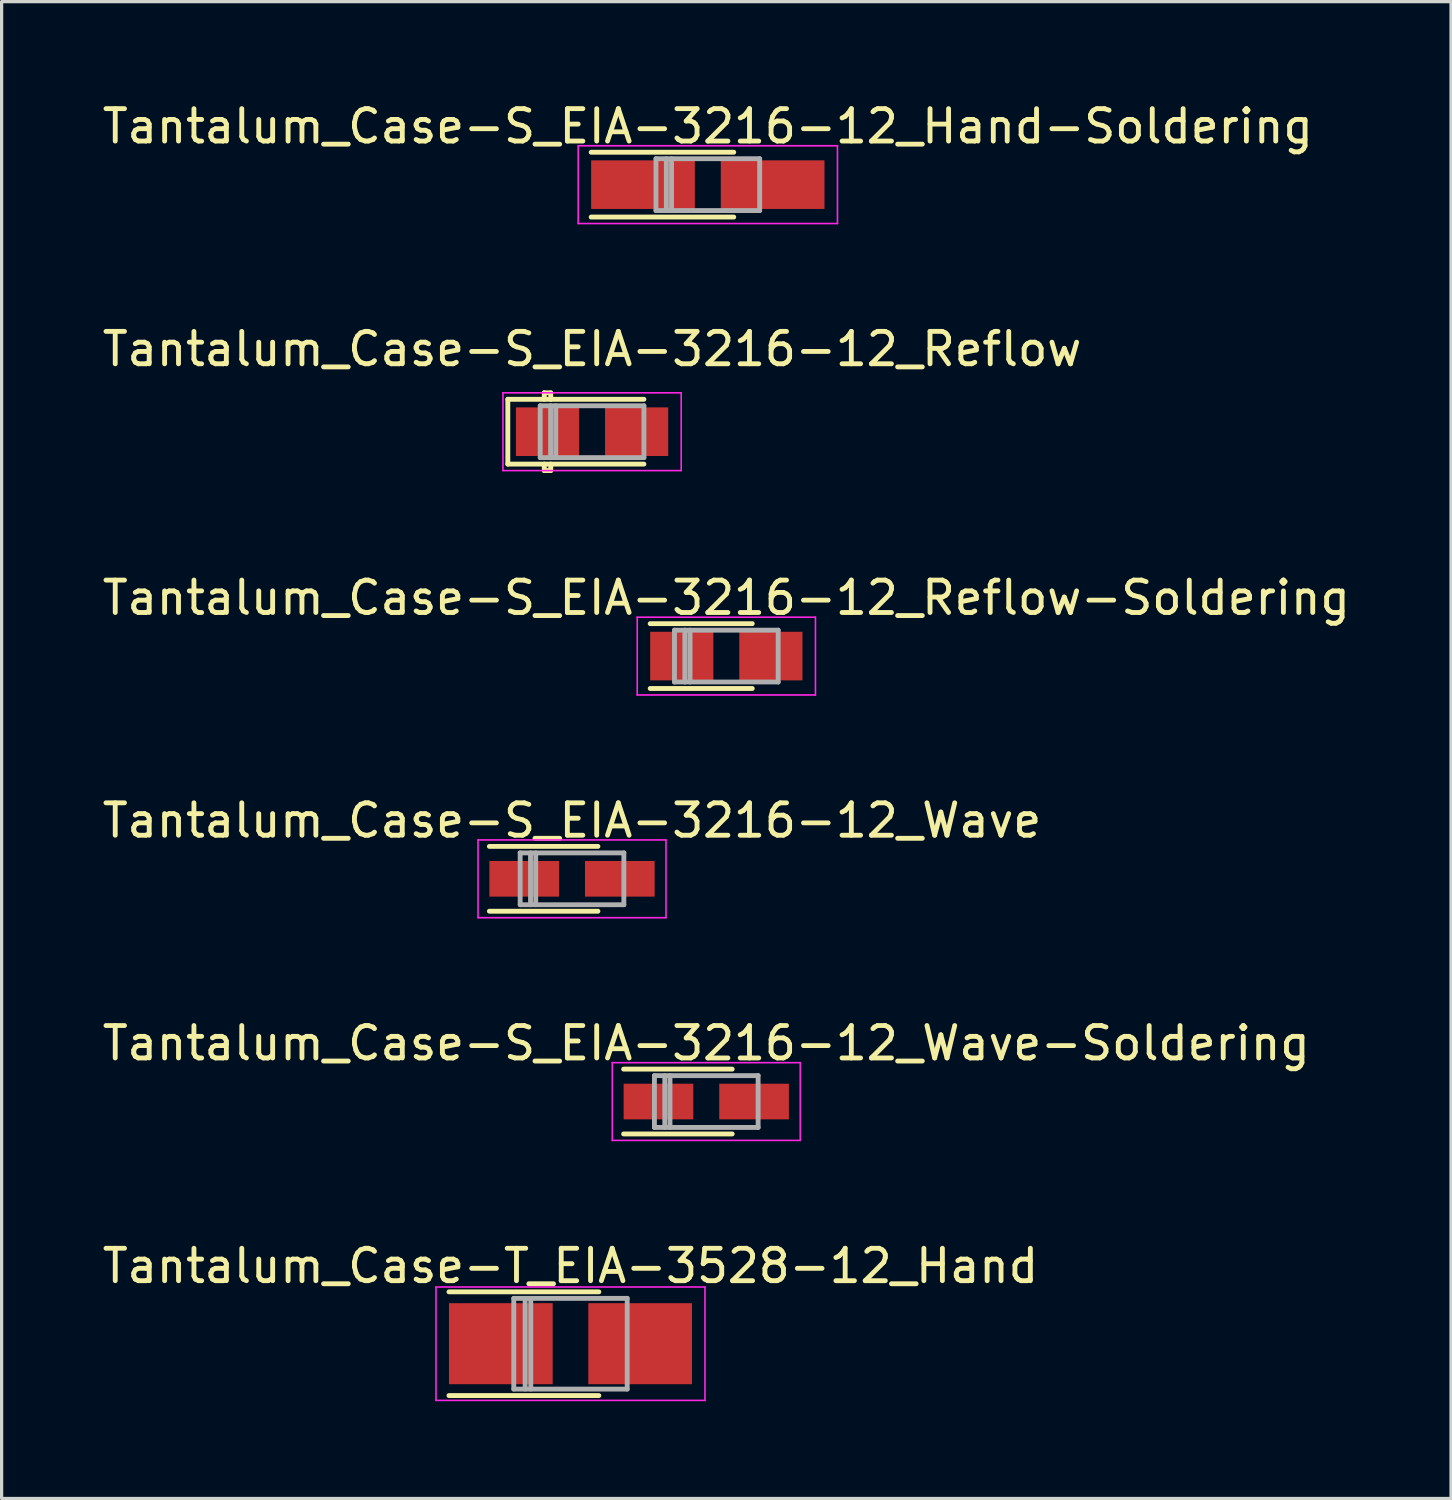
<source format=kicad_pcb>
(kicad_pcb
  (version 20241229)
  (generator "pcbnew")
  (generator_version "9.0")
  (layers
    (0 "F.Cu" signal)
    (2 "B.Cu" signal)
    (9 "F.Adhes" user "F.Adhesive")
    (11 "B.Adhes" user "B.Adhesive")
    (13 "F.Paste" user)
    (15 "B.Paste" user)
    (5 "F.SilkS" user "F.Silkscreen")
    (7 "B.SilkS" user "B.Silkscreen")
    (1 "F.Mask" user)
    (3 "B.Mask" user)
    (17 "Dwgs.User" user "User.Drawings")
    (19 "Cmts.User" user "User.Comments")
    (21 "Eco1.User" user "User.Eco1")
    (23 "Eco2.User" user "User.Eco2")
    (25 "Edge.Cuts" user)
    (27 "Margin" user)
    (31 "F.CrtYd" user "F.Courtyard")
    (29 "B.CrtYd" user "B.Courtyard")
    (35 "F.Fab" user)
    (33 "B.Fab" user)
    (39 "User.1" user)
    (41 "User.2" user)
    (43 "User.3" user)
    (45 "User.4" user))
  (footprint "Tantalum_Case-S_EIA-3216-12_Reflow"
    (layer "F.Cu")
    (at 15.22 10.271)
    (property "Reference" "Tantalum_Case-S_EIA-3216-12_Reflow" (at 0 -2.55 0) (layer "F.SilkS") (effects (font (size 1 1) (thickness 0.15))))
    (attr smd)
    (fp_line (start -2.6 -1) (end -2.6 1) (stroke (width 0.15) (type solid)) (layer "F.SilkS"))
    (fp_line (start -2.6 -1) (end 1.6 -1) (stroke (width 0.15) (type solid)) (layer "F.SilkS"))
    (fp_line (start -2.6 1) (end 1.6 1) (stroke (width 0.15) (type solid)) (layer "F.SilkS"))
    (fp_line (start -1.475 -1.2) (end -1.275 -1.2) (stroke (width 0.15) (type solid)) (layer "F.SilkS"))
    (fp_line (start -1.475 -1) (end -1.475 -1.2) (stroke (width 0.15) (type solid)) (layer "F.SilkS"))
    (fp_line (start -1.475 1) (end -1.475 1.2) (stroke (width 0.15) (type solid)) (layer "F.SilkS"))
    (fp_line (start -1.475 1.2) (end -1.275 1.2) (stroke (width 0.15) (type solid)) (layer "F.SilkS"))
    (fp_line (start -1.275 -1.2) (end -1.275 -1) (stroke (width 0.15) (type solid)) (layer "F.SilkS"))
    (fp_line (start -1.275 1.2) (end -1.275 1) (stroke (width 0.15) (type solid)) (layer "F.SilkS"))
    (fp_line (start -2.75 -1.2) (end -2.75 1.2) (stroke (width 0.05) (type solid)) (layer "F.CrtYd"))
    (fp_line (start -2.75 1.2) (end 2.75 1.2) (stroke (width 0.05) (type solid)) (layer "F.CrtYd"))
    (fp_line (start 2.75 -1.2) (end -2.75 -1.2) (stroke (width 0.05) (type solid)) (layer "F.CrtYd"))
    (fp_line (start 2.75 1.2) (end 2.75 -1.2) (stroke (width 0.05) (type solid)) (layer "F.CrtYd"))
    (fp_line (start -1.6 -0.8) (end -1.6 0.8) (stroke (width 0.15) (type solid)) (layer "F.Fab"))
    (fp_line (start -1.6 0.8) (end 1.6 0.8) (stroke (width 0.15) (type solid)) (layer "F.Fab"))
    (fp_line (start -1.28 -0.8) (end -1.28 0.8) (stroke (width 0.15) (type solid)) (layer "F.Fab"))
    (fp_line (start -1.12 -0.8) (end -1.12 0.8) (stroke (width 0.15) (type solid)) (layer "F.Fab"))
    (fp_line (start 1.6 -0.8) (end -1.6 -0.8) (stroke (width 0.15) (type solid)) (layer "F.Fab"))
    (fp_line (start 1.6 0.8) (end 1.6 -0.8) (stroke (width 0.15) (type solid)) (layer "F.Fab"))
    (pad "1" smd rect (at -1.375 0) (size 1.95 1.5) (layers "F.Cu" "F.Mask" "F.Paste"))
    (pad "2" smd rect (at 1.375 0) (size 1.95 1.5) (layers "F.Cu" "F.Mask" "F.Paste")))
  (footprint "Tantalum_Case-S_EIA-3216-12_Reflow-Soldering"
    (layer "F.Cu")
    (at 19.363 17.195)
    (property "Reference" "Tantalum_Case-S_EIA-3216-12_Reflow-Soldering" (at 0 -1.8 0) (layer "F.SilkS") (effects (font (size 1 1) (thickness 0.15))))
    (attr smd)
    (fp_line (start 0.8 -1) (end -2.35 -1) (stroke (width 0.15) (type solid)) (layer "F.SilkS"))
    (fp_line (start 0.8 1) (end -2.35 1) (stroke (width 0.15) (type solid)) (layer "F.SilkS"))
    (fp_line (start -2.75 -1.2) (end -2.75 1.2) (stroke (width 0.05) (type solid)) (layer "F.CrtYd"))
    (fp_line (start -2.75 1.2) (end 2.75 1.2) (stroke (width 0.05) (type solid)) (layer "F.CrtYd"))
    (fp_line (start 2.75 -1.2) (end -2.75 -1.2) (stroke (width 0.05) (type solid)) (layer "F.CrtYd"))
    (fp_line (start 2.75 1.2) (end 2.75 -1.2) (stroke (width 0.05) (type solid)) (layer "F.CrtYd"))
    (fp_line (start -1.6 -0.8) (end -1.6 0.8) (stroke (width 0.15) (type solid)) (layer "F.Fab"))
    (fp_line (start -1.6 0.8) (end 1.6 0.8) (stroke (width 0.15) (type solid)) (layer "F.Fab"))
    (fp_line (start -1.28 -0.8) (end -1.28 0.8) (stroke (width 0.15) (type solid)) (layer "F.Fab"))
    (fp_line (start -1.12 -0.8) (end -1.12 0.8) (stroke (width 0.15) (type solid)) (layer "F.Fab"))
    (fp_line (start 1.6 -0.8) (end -1.6 -0.8) (stroke (width 0.15) (type solid)) (layer "F.Fab"))
    (fp_line (start 1.6 0.8) (end 1.6 -0.8) (stroke (width 0.15) (type solid)) (layer "F.Fab"))
    (pad "1" smd rect (at -1.375 0) (size 1.95 1.5) (layers "F.Cu" "F.Mask" "F.Paste"))
    (pad "2" smd rect (at 1.375 0) (size 1.95 1.5) (layers "F.Cu" "F.Mask" "F.Paste")))
  (footprint "Tantalum_Case-T_EIA-3528-12_Hand"
    (layer "F.Cu")
    (at 14.554 38.414)
    (property "Reference" "Tantalum_Case-T_EIA-3528-12_Hand" (at 0 -2.4 0) (layer "F.SilkS") (effects (font (size 1 1) (thickness 0.15))))
    (attr smd)
    (fp_line (start 0.875 -1.6) (end -3.75 -1.6) (stroke (width 0.15) (type solid)) (layer "F.SilkS"))
    (fp_line (start 0.875 1.6) (end -3.75 1.6) (stroke (width 0.15) (type solid)) (layer "F.SilkS"))
    (fp_line (start -4.15 -1.75) (end -4.15 1.75) (stroke (width 0.05) (type solid)) (layer "F.CrtYd"))
    (fp_line (start -4.15 1.75) (end 4.15 1.75) (stroke (width 0.05) (type solid)) (layer "F.CrtYd"))
    (fp_line (start 4.15 -1.75) (end -4.15 -1.75) (stroke (width 0.05) (type solid)) (layer "F.CrtYd"))
    (fp_line (start 4.15 1.75) (end 4.15 -1.75) (stroke (width 0.05) (type solid)) (layer "F.CrtYd"))
    (fp_line (start -1.75 -1.4) (end -1.75 1.4) (stroke (width 0.15) (type solid)) (layer "F.Fab"))
    (fp_line (start -1.75 1.4) (end 1.75 1.4) (stroke (width 0.15) (type solid)) (layer "F.Fab"))
    (fp_line (start -1.4 -1.4) (end -1.4 1.4) (stroke (width 0.15) (type solid)) (layer "F.Fab"))
    (fp_line (start -1.225 -1.4) (end -1.225 1.4) (stroke (width 0.15) (type solid)) (layer "F.Fab"))
    (fp_line (start 1.75 -1.4) (end -1.75 -1.4) (stroke (width 0.15) (type solid)) (layer "F.Fab"))
    (fp_line (start 1.75 1.4) (end 1.75 -1.4) (stroke (width 0.15) (type solid)) (layer "F.Fab"))
    (pad "1" smd rect (at -2.15 0) (size 3.2 2.5) (layers "F.Cu" "F.Mask" "F.Paste"))
    (pad "2" smd rect (at 2.15 0) (size 3.2 2.5) (layers "F.Cu" "F.Mask" "F.Paste")))
  (footprint "Tantalum_Case-S_EIA-3216-12_Hand-Soldering"
    (layer "F.Cu")
    (at 18.792 2.648)
    (property "Reference" "Tantalum_Case-S_EIA-3216-12_Hand-Soldering" (at 0 -1.8 0) (layer "F.SilkS") (effects (font (size 1 1) (thickness 0.15))))
    (attr smd)
    (fp_line (start 0.8 -1) (end -3.6 -1) (stroke (width 0.15) (type solid)) (layer "F.SilkS"))
    (fp_line (start 0.8 1) (end -3.6 1) (stroke (width 0.15) (type solid)) (layer "F.SilkS"))
    (fp_line (start -4 -1.2) (end -4 1.2) (stroke (width 0.05) (type solid)) (layer "F.CrtYd"))
    (fp_line (start -4 1.2) (end 4 1.2) (stroke (width 0.05) (type solid)) (layer "F.CrtYd"))
    (fp_line (start 4 -1.2) (end -4 -1.2) (stroke (width 0.05) (type solid)) (layer "F.CrtYd"))
    (fp_line (start 4 1.2) (end 4 -1.2) (stroke (width 0.05) (type solid)) (layer "F.CrtYd"))
    (fp_line (start -1.6 -0.8) (end -1.6 0.8) (stroke (width 0.15) (type solid)) (layer "F.Fab"))
    (fp_line (start -1.6 0.8) (end 1.6 0.8) (stroke (width 0.15) (type solid)) (layer "F.Fab"))
    (fp_line (start -1.28 -0.8) (end -1.28 0.8) (stroke (width 0.15) (type solid)) (layer "F.Fab"))
    (fp_line (start -1.12 -0.8) (end -1.12 0.8) (stroke (width 0.15) (type solid)) (layer "F.Fab"))
    (fp_line (start 1.6 -0.8) (end -1.6 -0.8) (stroke (width 0.15) (type solid)) (layer "F.Fab"))
    (fp_line (start 1.6 0.8) (end 1.6 -0.8) (stroke (width 0.15) (type solid)) (layer "F.Fab"))
    (pad "1" smd rect (at -2 0) (size 3.2 1.5) (layers "F.Cu" "F.Mask" "F.Paste"))
    (pad "2" smd rect (at 2 0) (size 3.2 1.5) (layers "F.Cu" "F.Mask" "F.Paste")))
  (footprint "Tantalum_Case-S_EIA-3216-12_Wave"
    (layer "F.Cu")
    (at 14.601 24.068)
    (property "Reference" "Tantalum_Case-S_EIA-3216-12_Wave" (at 0 -1.8 0) (layer "F.SilkS") (effects (font (size 1 1) (thickness 0.15))))
    (attr smd)
    (fp_line (start 0.8 -1) (end -2.55 -1) (stroke (width 0.15) (type solid)) (layer "F.SilkS"))
    (fp_line (start 0.8 1) (end -2.55 1) (stroke (width 0.15) (type solid)) (layer "F.SilkS"))
    (fp_line (start -2.9 -1.2) (end -2.9 1.2) (stroke (width 0.05) (type solid)) (layer "F.CrtYd"))
    (fp_line (start -2.9 1.2) (end 2.9 1.2) (stroke (width 0.05) (type solid)) (layer "F.CrtYd"))
    (fp_line (start 2.9 -1.2) (end -2.9 -1.2) (stroke (width 0.05) (type solid)) (layer "F.CrtYd"))
    (fp_line (start 2.9 1.2) (end 2.9 -1.2) (stroke (width 0.05) (type solid)) (layer "F.CrtYd"))
    (fp_line (start -1.6 -0.8) (end -1.6 0.8) (stroke (width 0.15) (type solid)) (layer "F.Fab"))
    (fp_line (start -1.6 0.8) (end 1.6 0.8) (stroke (width 0.15) (type solid)) (layer "F.Fab"))
    (fp_line (start -1.28 -0.8) (end -1.28 0.8) (stroke (width 0.15) (type solid)) (layer "F.Fab"))
    (fp_line (start -1.12 -0.8) (end -1.12 0.8) (stroke (width 0.15) (type solid)) (layer "F.Fab"))
    (fp_line (start 1.6 -0.8) (end -1.6 -0.8) (stroke (width 0.15) (type solid)) (layer "F.Fab"))
    (fp_line (start 1.6 0.8) (end 1.6 -0.8) (stroke (width 0.15) (type solid)) (layer "F.Fab"))
    (pad "1" smd rect (at -1.475 0) (size 2.15 1.1) (layers "F.Cu" "F.Mask" "F.Paste"))
    (pad "2" smd rect (at 1.475 0) (size 2.15 1.1) (layers "F.Cu" "F.Mask" "F.Paste")))
  (footprint "Tantalum_Case-S_EIA-3216-12_Wave-Soldering"
    (layer "F.Cu")
    (at 18.744 30.941)
    (property "Reference" "Tantalum_Case-S_EIA-3216-12_Wave-Soldering" (at 0 -1.8 0) (layer "F.SilkS") (effects (font (size 1 1) (thickness 0.15))))
    (attr smd)
    (fp_line (start 0.8 -1) (end -2.55 -1) (stroke (width 0.15) (type solid)) (layer "F.SilkS"))
    (fp_line (start 0.8 1) (end -2.55 1) (stroke (width 0.15) (type solid)) (layer "F.SilkS"))
    (fp_line (start -2.9 -1.2) (end -2.9 1.2) (stroke (width 0.05) (type solid)) (layer "F.CrtYd"))
    (fp_line (start -2.9 1.2) (end 2.9 1.2) (stroke (width 0.05) (type solid)) (layer "F.CrtYd"))
    (fp_line (start 2.9 -1.2) (end -2.9 -1.2) (stroke (width 0.05) (type solid)) (layer "F.CrtYd"))
    (fp_line (start 2.9 1.2) (end 2.9 -1.2) (stroke (width 0.05) (type solid)) (layer "F.CrtYd"))
    (fp_line (start -1.6 -0.8) (end -1.6 0.8) (stroke (width 0.15) (type solid)) (layer "F.Fab"))
    (fp_line (start -1.6 0.8) (end 1.6 0.8) (stroke (width 0.15) (type solid)) (layer "F.Fab"))
    (fp_line (start -1.28 -0.8) (end -1.28 0.8) (stroke (width 0.15) (type solid)) (layer "F.Fab"))
    (fp_line (start -1.12 -0.8) (end -1.12 0.8) (stroke (width 0.15) (type solid)) (layer "F.Fab"))
    (fp_line (start 1.6 -0.8) (end -1.6 -0.8) (stroke (width 0.15) (type solid)) (layer "F.Fab"))
    (fp_line (start 1.6 0.8) (end 1.6 -0.8) (stroke (width 0.15) (type solid)) (layer "F.Fab"))
    (pad "1" smd rect (at -1.475 0) (size 2.15 1.1) (layers "F.Cu" "F.Mask" "F.Paste"))
    (pad "2" smd rect (at 1.475 0) (size 2.15 1.1) (layers "F.Cu" "F.Mask" "F.Paste")))
  (gr_rect
    (start -3 -3)
    (end 41.726 43.19)
    (stroke (width 0.1) (type default))
    (fill no)
    (layer "Edge.Cuts")))
</source>
